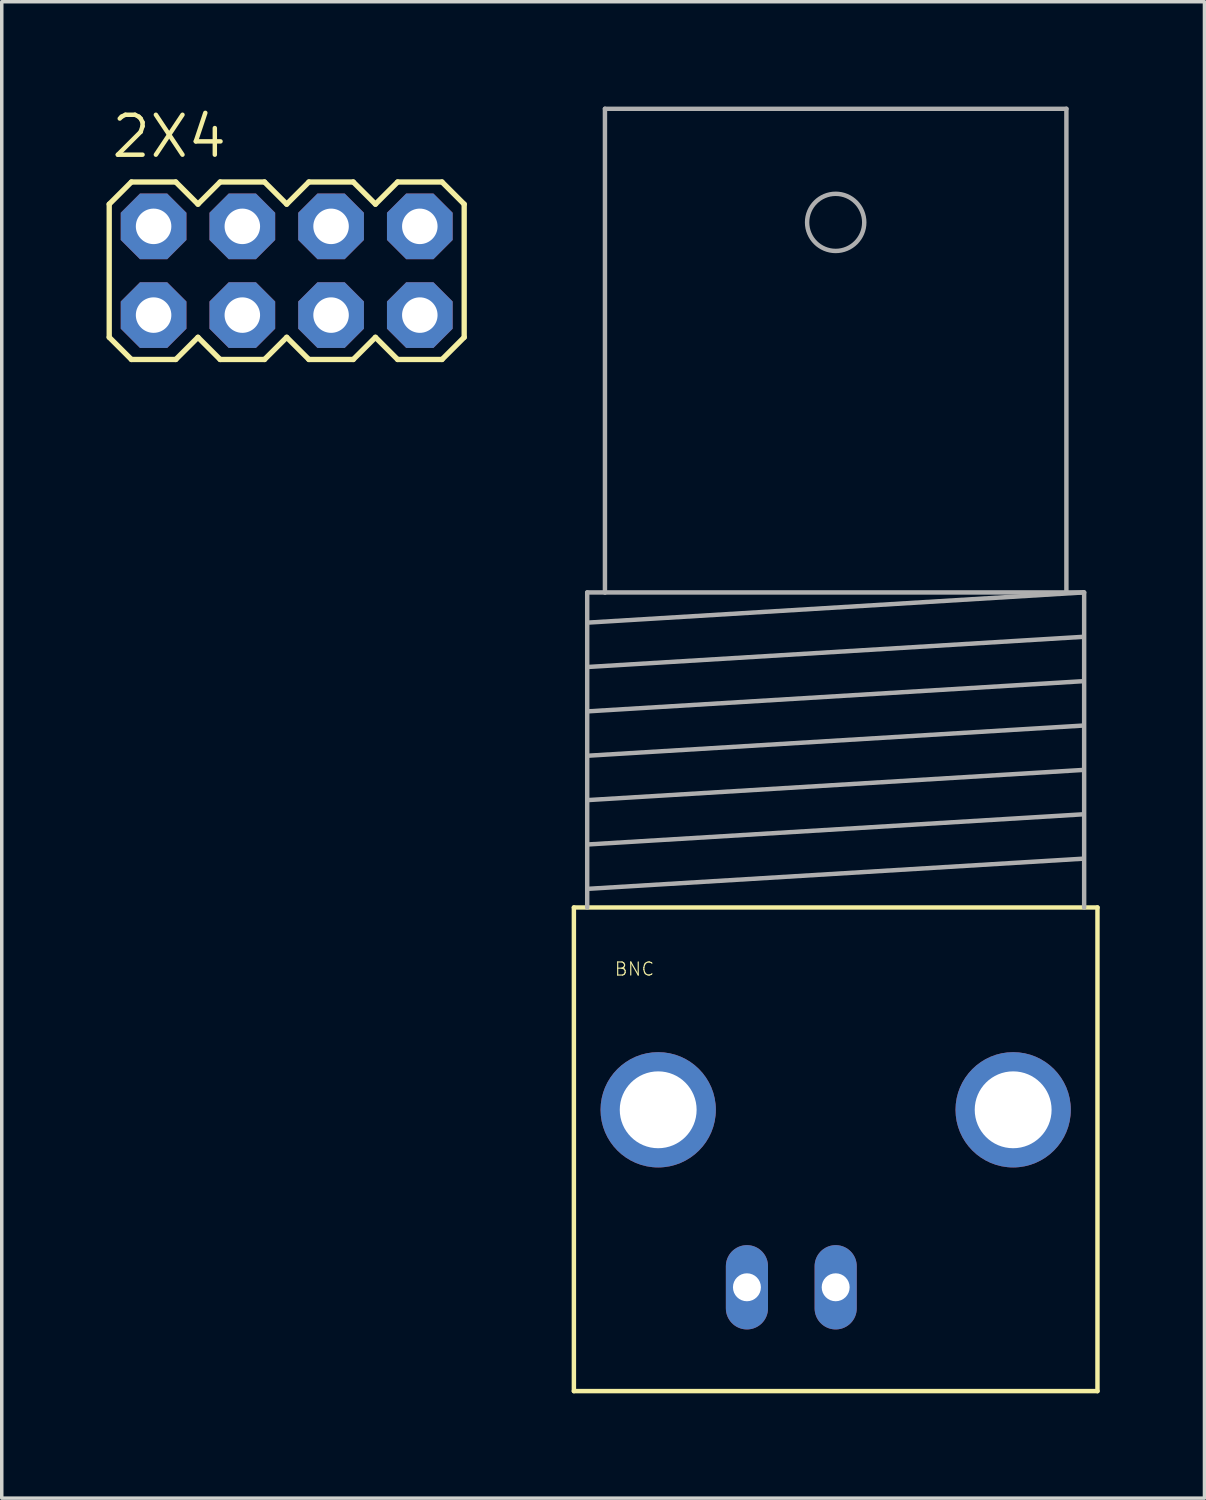
<source format=kicad_pcb>
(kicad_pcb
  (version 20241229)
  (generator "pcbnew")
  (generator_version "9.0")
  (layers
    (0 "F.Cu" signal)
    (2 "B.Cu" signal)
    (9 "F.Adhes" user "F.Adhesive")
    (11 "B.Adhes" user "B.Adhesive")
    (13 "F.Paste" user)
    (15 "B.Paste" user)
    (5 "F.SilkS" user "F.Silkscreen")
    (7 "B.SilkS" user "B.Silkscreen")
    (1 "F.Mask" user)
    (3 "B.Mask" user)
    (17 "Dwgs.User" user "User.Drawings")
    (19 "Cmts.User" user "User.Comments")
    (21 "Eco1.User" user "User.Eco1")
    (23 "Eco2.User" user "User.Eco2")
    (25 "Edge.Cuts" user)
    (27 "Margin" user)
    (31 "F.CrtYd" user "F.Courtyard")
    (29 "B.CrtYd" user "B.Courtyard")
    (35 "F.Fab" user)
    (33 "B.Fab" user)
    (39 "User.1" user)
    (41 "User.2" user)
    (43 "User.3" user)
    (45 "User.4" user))
  (footprint "BNC"
    (layer "F.Cu")
    (at 20.869 33.795)
    (property "Reference" "BNC" (at -6.35 -8.89 0) (unlocked yes) (layer "F.SilkS") (effects (font (size 0.374 0.374) (thickness 0.033)) (justify left bottom)))
    (fp_line (start -7.493 -10.871) (end -7.493 2.972) (stroke (width 0.127) (type solid)) (layer "F.SilkS"))
    (fp_line (start -7.493 2.972) (end 7.493 2.972) (stroke (width 0.127) (type solid)) (layer "F.SilkS"))
    (fp_line (start 7.493 -10.871) (end -7.493 -10.871) (stroke (width 0.127) (type solid)) (layer "F.SilkS"))
    (fp_line (start 7.493 2.972) (end 7.493 -10.871) (stroke (width 0.127) (type solid)) (layer "F.SilkS"))
    (fp_line (start -7.112 -19.888) (end -6.604 -19.888) (stroke (width 0.127) (type solid)) (layer "F.Fab"))
    (fp_line (start -7.112 -10.871) (end -7.112 -19.888) (stroke (width 0.127) (type solid)) (layer "F.Fab"))
    (fp_line (start -7.087 -19.025) (end 7.087 -19.888) (stroke (width 0.127) (type solid)) (layer "F.Fab"))
    (fp_line (start -7.087 -17.755) (end 7.087 -18.618) (stroke (width 0.127) (type solid)) (layer "F.Fab"))
    (fp_line (start -7.087 -16.485) (end 7.087 -17.348) (stroke (width 0.127) (type solid)) (layer "F.Fab"))
    (fp_line (start -7.087 -15.215) (end 7.087 -16.078) (stroke (width 0.127) (type solid)) (layer "F.Fab"))
    (fp_line (start -7.087 -13.945) (end 7.087 -14.808) (stroke (width 0.127) (type solid)) (layer "F.Fab"))
    (fp_line (start -7.087 -12.675) (end 7.087 -13.538) (stroke (width 0.127) (type solid)) (layer "F.Fab"))
    (fp_line (start -7.087 -11.405) (end 7.087 -12.268) (stroke (width 0.127) (type solid)) (layer "F.Fab"))
    (fp_line (start -6.604 -33.731) (end -6.604 -19.888) (stroke (width 0.127) (type solid)) (layer "F.Fab"))
    (fp_line (start -6.604 -19.888) (end 6.604 -19.888) (stroke (width 0.127) (type solid)) (layer "F.Fab"))
    (fp_line (start 6.604 -33.731) (end -6.604 -33.731) (stroke (width 0.127) (type solid)) (layer "F.Fab"))
    (fp_line (start 6.604 -19.888) (end 6.604 -33.731) (stroke (width 0.127) (type solid)) (layer "F.Fab"))
    (fp_line (start 6.604 -19.888) (end 7.087 -19.888) (stroke (width 0.127) (type solid)) (layer "F.Fab"))
    (fp_line (start 7.087 -19.888) (end 7.112 -19.888) (stroke (width 0.127) (type solid)) (layer "F.Fab"))
    (fp_line (start 7.112 -19.888) (end 7.112 -10.871) (stroke (width 0.127) (type solid)) (layer "F.Fab"))
    (fp_circle (center 0 -30.48) (end 0.818 -30.48) (stroke (width 0.127) (type solid)) (fill no) (layer "F.Fab"))
    (pad "3" thru_hole circle (at -5.08 -5.08) (size 3.3 3.3) (drill 2.2) (layers "*.Cu" "*.Mask"))
    (pad "4" thru_hole circle (at 5.08 -5.08) (size 3.3 3.3) (drill 2.2) (layers "*.Cu" "*.Mask"))
    (pad "GND" thru_hole oval (at -2.54 0 90) (size 2.413 1.206) (drill 0.8) (layers "*.Cu" "*.Mask"))
    (pad "S" thru_hole oval (at 0 0 90) (size 2.413 1.206) (drill 0.8) (layers "*.Cu" "*.Mask")))
  (footprint "2X4"
    (layer "F.Cu")
    (at 5.156 4.699)
    (property "Reference" "2X4" (at -5.08 -3.175 0) (unlocked yes) (layer "F.SilkS") (effects (font (size 1.143 1.143) (thickness 0.127)) (justify left bottom)))
    (fp_line (start -5.08 -1.905) (end -4.445 -2.54) (stroke (width 0.152) (type solid)) (layer "F.SilkS"))
    (fp_line (start -5.08 1.905) (end -5.08 -1.905) (stroke (width 0.152) (type solid)) (layer "F.SilkS"))
    (fp_line (start -5.08 1.905) (end -4.445 2.54) (stroke (width 0.152) (type solid)) (layer "F.SilkS"))
    (fp_line (start -4.445 -2.54) (end -3.175 -2.54) (stroke (width 0.152) (type solid)) (layer "F.SilkS"))
    (fp_line (start -4.445 2.54) (end -3.175 2.54) (stroke (width 0.152) (type solid)) (layer "F.SilkS"))
    (fp_line (start -3.175 -2.54) (end -2.54 -1.905) (stroke (width 0.152) (type solid)) (layer "F.SilkS"))
    (fp_line (start -3.175 2.54) (end -2.54 1.905) (stroke (width 0.152) (type solid)) (layer "F.SilkS"))
    (fp_line (start -2.54 -1.905) (end -1.905 -2.54) (stroke (width 0.152) (type solid)) (layer "F.SilkS"))
    (fp_line (start -2.54 1.905) (end -1.905 2.54) (stroke (width 0.152) (type solid)) (layer "F.SilkS"))
    (fp_line (start -1.905 -2.54) (end -0.635 -2.54) (stroke (width 0.152) (type solid)) (layer "F.SilkS"))
    (fp_line (start -1.905 2.54) (end -0.635 2.54) (stroke (width 0.152) (type solid)) (layer "F.SilkS"))
    (fp_line (start -0.635 -2.54) (end 0 -1.905) (stroke (width 0.152) (type solid)) (layer "F.SilkS"))
    (fp_line (start -0.635 2.54) (end 0 1.905) (stroke (width 0.152) (type solid)) (layer "F.SilkS"))
    (fp_line (start 0 -1.905) (end 0.635 -2.54) (stroke (width 0.152) (type solid)) (layer "F.SilkS"))
    (fp_line (start 0 1.905) (end 0.635 2.54) (stroke (width 0.152) (type solid)) (layer "F.SilkS"))
    (fp_line (start 0.635 -2.54) (end 1.905 -2.54) (stroke (width 0.152) (type solid)) (layer "F.SilkS"))
    (fp_line (start 0.635 2.54) (end 1.905 2.54) (stroke (width 0.152) (type solid)) (layer "F.SilkS"))
    (fp_line (start 1.905 -2.54) (end 2.54 -1.905) (stroke (width 0.152) (type solid)) (layer "F.SilkS"))
    (fp_line (start 1.905 2.54) (end 2.54 1.905) (stroke (width 0.152) (type solid)) (layer "F.SilkS"))
    (fp_line (start 2.54 -1.905) (end 3.175 -2.54) (stroke (width 0.152) (type solid)) (layer "F.SilkS"))
    (fp_line (start 2.54 1.905) (end 3.175 2.54) (stroke (width 0.152) (type solid)) (layer "F.SilkS"))
    (fp_line (start 3.175 -2.54) (end 4.445 -2.54) (stroke (width 0.152) (type solid)) (layer "F.SilkS"))
    (fp_line (start 3.175 2.54) (end 4.445 2.54) (stroke (width 0.152) (type solid)) (layer "F.SilkS"))
    (fp_line (start 4.445 -2.54) (end 5.08 -1.905) (stroke (width 0.152) (type solid)) (layer "F.SilkS"))
    (fp_line (start 4.445 2.54) (end 5.08 1.905) (stroke (width 0.152) (type solid)) (layer "F.SilkS"))
    (fp_line (start 5.08 -1.905) (end 5.08 1.905) (stroke (width 0.152) (type solid)) (layer "F.SilkS"))
    (fp_poly (pts (xy -4.064 -1.016) (xy -3.556 -1.016) (xy -3.556 -1.524) (xy -4.064 -1.524)) (stroke (width 0.1) (type default)) (fill no) (layer "F.Fab"))
    (fp_poly (pts (xy -4.064 1.524) (xy -3.556 1.524) (xy -3.556 1.016) (xy -4.064 1.016)) (stroke (width 0.1) (type default)) (fill no) (layer "F.Fab"))
    (fp_poly (pts (xy -1.524 -1.016) (xy -1.016 -1.016) (xy -1.016 -1.524) (xy -1.524 -1.524)) (stroke (width 0.1) (type default)) (fill no) (layer "F.Fab"))
    (fp_poly (pts (xy -1.524 1.524) (xy -1.016 1.524) (xy -1.016 1.016) (xy -1.524 1.016)) (stroke (width 0.1) (type default)) (fill no) (layer "F.Fab"))
    (fp_poly (pts (xy 1.016 -1.016) (xy 1.524 -1.016) (xy 1.524 -1.524) (xy 1.016 -1.524)) (stroke (width 0.1) (type default)) (fill no) (layer "F.Fab"))
    (fp_poly (pts (xy 1.016 1.524) (xy 1.524 1.524) (xy 1.524 1.016) (xy 1.016 1.016)) (stroke (width 0.1) (type default)) (fill no) (layer "F.Fab"))
    (fp_poly (pts (xy 3.556 -1.016) (xy 4.064 -1.016) (xy 4.064 -1.524) (xy 3.556 -1.524)) (stroke (width 0.1) (type default)) (fill no) (layer "F.Fab"))
    (fp_poly (pts (xy 3.556 1.524) (xy 4.064 1.524) (xy 4.064 1.016) (xy 3.556 1.016)) (stroke (width 0.1) (type default)) (fill no) (layer "F.Fab"))
    (pad "1" thru_hole roundrect (at -3.81 1.27) (size 1.88 1.88) (drill 1.016) (layers "*.Cu" "*.Mask") (roundrect_rratio 0.25) (chamfer_ratio 0.293) (chamfer top_left top_right bottom_left bottom_right))
    (pad "2" thru_hole roundrect (at -3.81 -1.27) (size 1.88 1.88) (drill 1.016) (layers "*.Cu" "*.Mask") (roundrect_rratio 0.25) (chamfer_ratio 0.293) (chamfer top_left top_right bottom_left bottom_right))
    (pad "3" thru_hole roundrect (at -1.27 1.27) (size 1.88 1.88) (drill 1.016) (layers "*.Cu" "*.Mask") (roundrect_rratio 0.25) (chamfer_ratio 0.293) (chamfer top_left top_right bottom_left bottom_right))
    (pad "4" thru_hole roundrect (at -1.27 -1.27) (size 1.88 1.88) (drill 1.016) (layers "*.Cu" "*.Mask") (roundrect_rratio 0.25) (chamfer_ratio 0.293) (chamfer top_left top_right bottom_left bottom_right))
    (pad "5" thru_hole roundrect (at 1.27 1.27) (size 1.88 1.88) (drill 1.016) (layers "*.Cu" "*.Mask") (roundrect_rratio 0.25) (chamfer_ratio 0.293) (chamfer top_left top_right bottom_left bottom_right))
    (pad "6" thru_hole roundrect (at 1.27 -1.27) (size 1.88 1.88) (drill 1.016) (layers "*.Cu" "*.Mask") (roundrect_rratio 0.25) (chamfer_ratio 0.293) (chamfer top_left top_right bottom_left bottom_right))
    (pad "7" thru_hole roundrect (at 3.81 1.27) (size 1.88 1.88) (drill 1.016) (layers "*.Cu" "*.Mask") (roundrect_rratio 0.25) (chamfer_ratio 0.293) (chamfer top_left top_right bottom_left bottom_right))
    (pad "8" thru_hole roundrect (at 3.81 -1.27) (size 1.88 1.88) (drill 1.016) (layers "*.Cu" "*.Mask") (roundrect_rratio 0.25) (chamfer_ratio 0.293) (chamfer top_left top_right bottom_left bottom_right)))
  (gr_rect
    (start -3 -3)
    (end 31.425 39.83)
    (stroke (width 0.1) (type default))
    (fill no)
    (layer "Edge.Cuts")))
</source>
